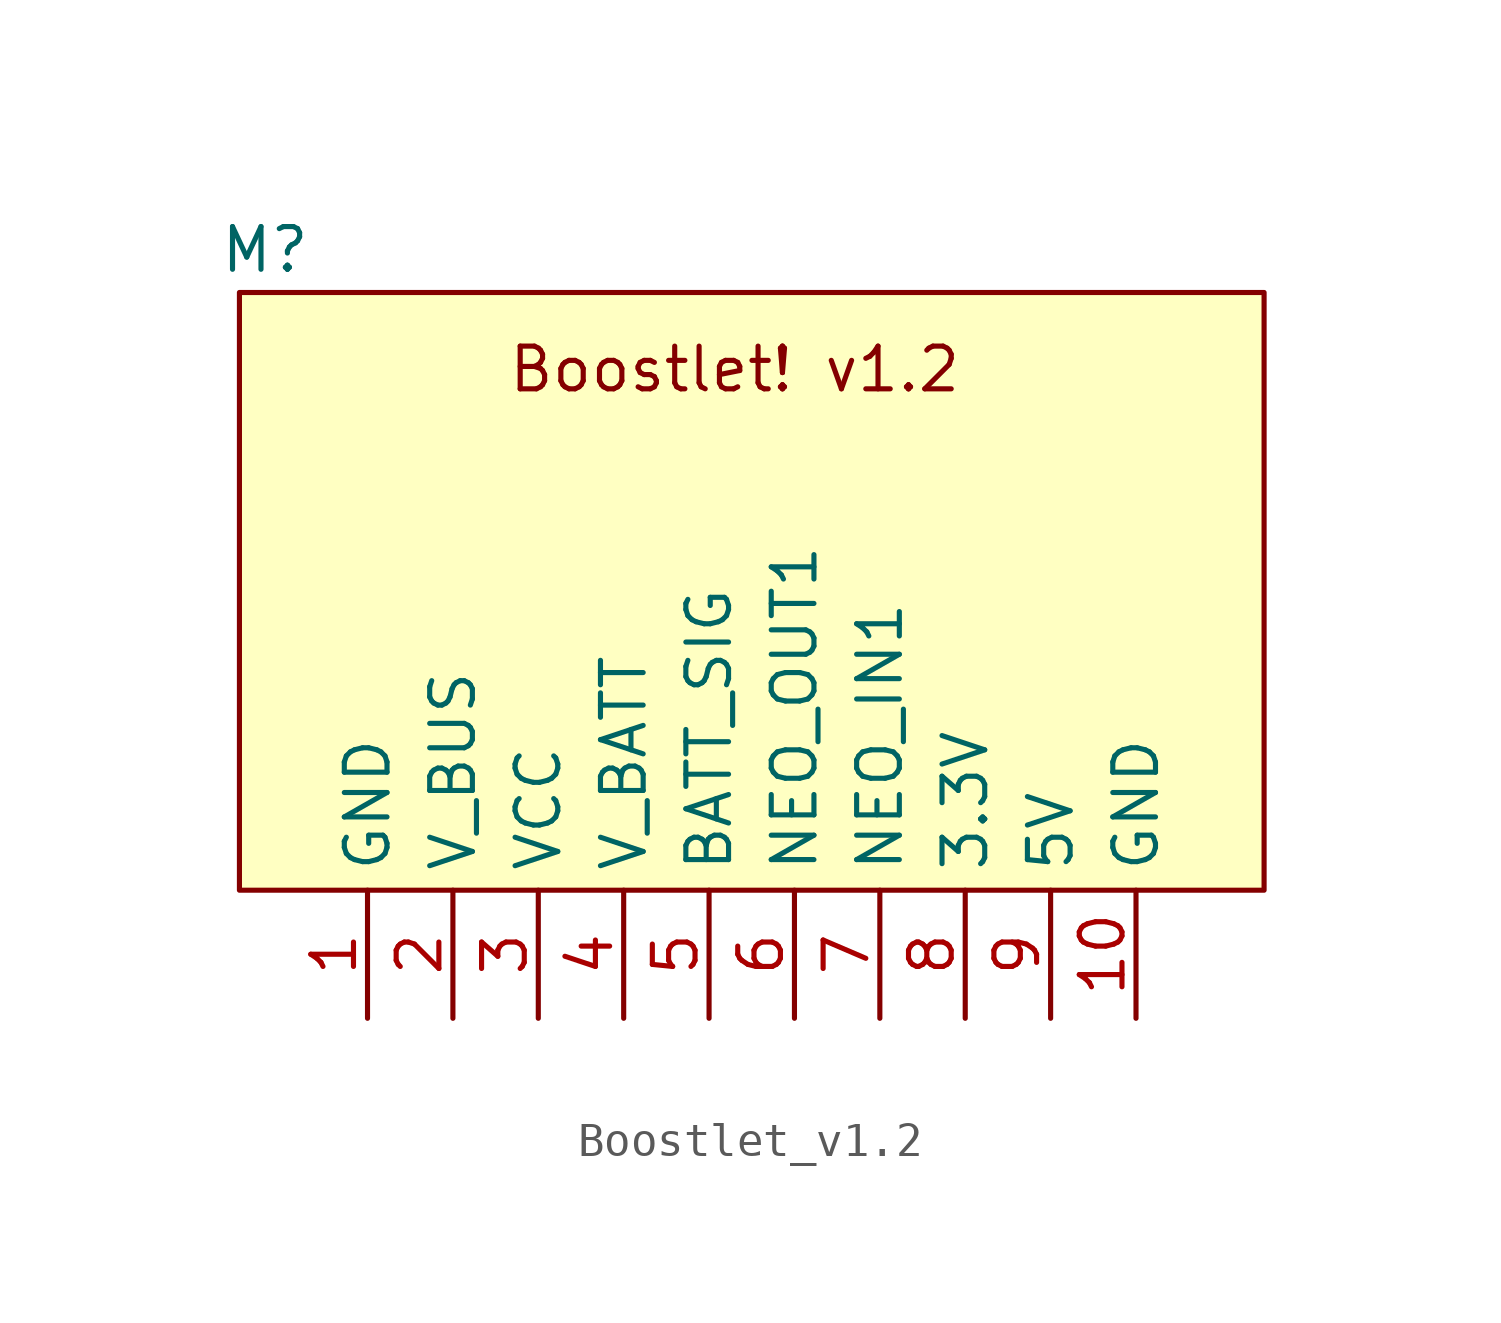
<source format=kicad_sym>
(kicad_symbol_lib
  (version 20231120)
  (generator "kicad_symbol_editor")
  (generator_version "8.0")
  (symbol "Boostlet_v1.2"
    (property "Reference" "M"
      (at -14.478 6.35 0)
      (effects (font (size 1.27 1.27))))
    (symbol "Boostlet_v1.2_1_1"
      (rectangle (start -15.24 5.08) (end 15.24 -12.7) (stroke (width 0) (type default)) (fill (type background)))
      (text "Boostlet! v1.2" (at -0.508 2.794 0) (effects (font (size 1.27 1.27))))
      (pin passive line (at -11.43 -16.51 90) (length 3.81) (name "GND" (effects (font (size 1.27 1.27)))) (number "1" (effects (font (size 1.27 1.27)))))
      (pin passive line (at 11.43 -16.51 90) (length 3.81) (name "GND" (effects (font (size 1.27 1.27)))) (number "10" (effects (font (size 1.27 1.27)))))
      (pin passive line (at -8.89 -16.51 90) (length 3.81) (name "V_BUS" (effects (font (size 1.27 1.27)))) (number "2" (effects (font (size 1.27 1.27)))))
      (pin passive line (at -6.35 -16.51 90) (length 3.81) (name "VCC" (effects (font (size 1.27 1.27)))) (number "3" (effects (font (size 1.27 1.27)))))
      (pin passive line (at -3.81 -16.51 90) (length 3.81) (name "V_BATT" (effects (font (size 1.27 1.27)))) (number "4" (effects (font (size 1.27 1.27)))))
      (pin passive line (at -1.27 -16.51 90) (length 3.81) (name "BATT_SIG" (effects (font (size 1.27 1.27)))) (number "5" (effects (font (size 1.27 1.27)))))
      (pin passive line (at 1.27 -16.51 90) (length 3.81) (name "NEO_OUT1" (effects (font (size 1.27 1.27)))) (number "6" (effects (font (size 1.27 1.27)))))
      (pin passive line (at 3.81 -16.51 90) (length 3.81) (name "NEO_IN1" (effects (font (size 1.27 1.27)))) (number "7" (effects (font (size 1.27 1.27)))))
      (pin passive line (at 6.35 -16.51 90) (length 3.81) (name "3.3V" (effects (font (size 1.27 1.27)))) (number "8" (effects (font (size 1.27 1.27)))))
      (pin passive line (at 8.89 -16.51 90) (length 3.81) (name "5V" (effects (font (size 1.27 1.27)))) (number "9" (effects (font (size 1.27 1.27))))))))
</source>
